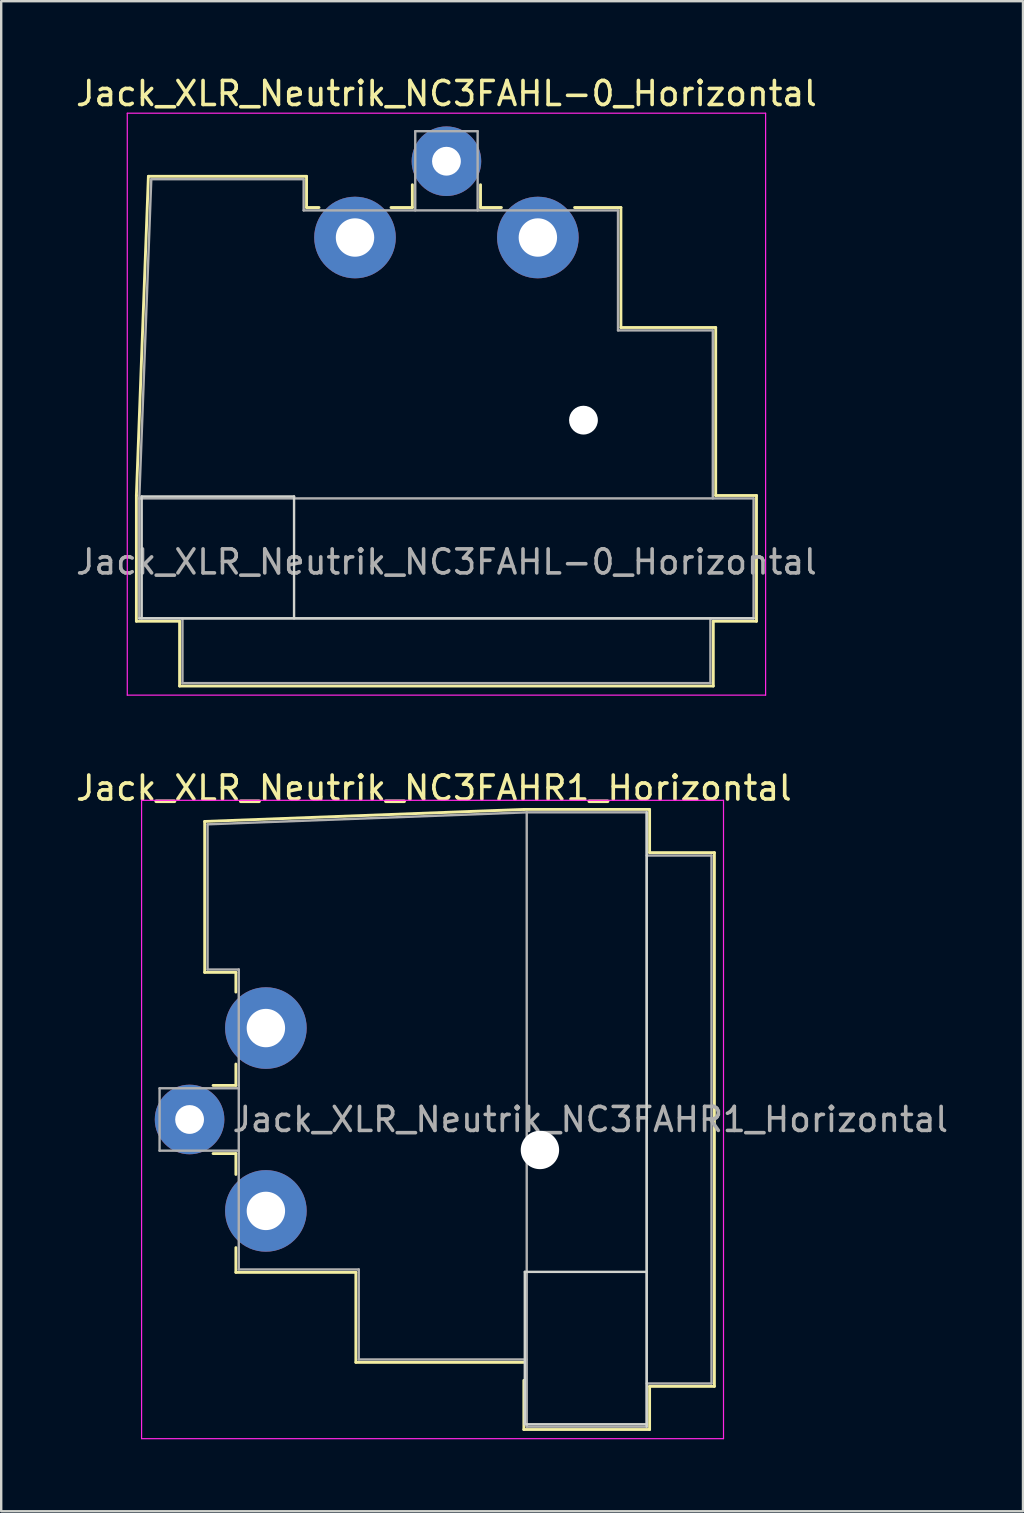
<source format=kicad_pcb>
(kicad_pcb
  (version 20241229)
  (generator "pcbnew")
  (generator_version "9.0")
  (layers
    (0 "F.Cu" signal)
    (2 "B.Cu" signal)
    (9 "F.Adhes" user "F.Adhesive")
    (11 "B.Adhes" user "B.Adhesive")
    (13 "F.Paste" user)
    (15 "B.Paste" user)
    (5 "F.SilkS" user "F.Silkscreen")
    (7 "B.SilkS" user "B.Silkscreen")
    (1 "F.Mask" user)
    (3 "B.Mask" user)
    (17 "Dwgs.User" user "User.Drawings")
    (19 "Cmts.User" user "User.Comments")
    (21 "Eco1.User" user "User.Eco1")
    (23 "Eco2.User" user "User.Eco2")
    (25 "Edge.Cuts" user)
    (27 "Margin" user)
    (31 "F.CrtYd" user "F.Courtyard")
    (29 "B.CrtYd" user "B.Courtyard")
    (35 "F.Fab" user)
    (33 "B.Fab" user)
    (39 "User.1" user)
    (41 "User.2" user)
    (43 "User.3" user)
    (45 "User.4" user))
  (footprint "Jack_XLR_Neutrik_NC3FAHR1_Horizontal"
    (layer "F.Cu")
    (at 8.03 39.791)
    (property "Reference" "Jack_XLR_Neutrik_NC3FAHR1_Horizontal" (at 7 -10 0) (layer "F.SilkS") (effects (font (size 1 1) (thickness 0.15))))
    (attr through_hole)
    (fp_line (start -2.55 -8.61) (end -2.55 -2.32) (stroke (width 0.12) (type solid)) (layer "F.SilkS"))
    (fp_line (start -2.55 -2.32) (end -1.25 -2.32) (stroke (width 0.12) (type solid)) (layer "F.SilkS"))
    (fp_line (start -1.25 -2.32) (end -1.25 -1.5) (stroke (width 0.12) (type solid)) (layer "F.SilkS"))
    (fp_line (start -1.25 1.5) (end -1.25 2.39) (stroke (width 0.12) (type solid)) (layer "F.SilkS"))
    (fp_line (start -1.25 2.39) (end -2.2 2.39) (stroke (width 0.12) (type solid)) (layer "F.SilkS"))
    (fp_line (start -1.25 5.23) (end -2.2 5.23) (stroke (width 0.12) (type solid)) (layer "F.SilkS"))
    (fp_line (start -1.25 5.23) (end -1.25 6.1) (stroke (width 0.12) (type solid)) (layer "F.SilkS"))
    (fp_line (start -1.25 9.15) (end -1.25 10.18) (stroke (width 0.12) (type solid)) (layer "F.SilkS"))
    (fp_line (start 3.75 10.18) (end -1.25 10.18) (stroke (width 0.12) (type solid)) (layer "F.SilkS"))
    (fp_line (start 3.75 10.18) (end 3.75 13.93) (stroke (width 0.12) (type solid)) (layer "F.SilkS"))
    (fp_line (start 10.75 -9.11) (end -2.55 -8.61) (stroke (width 0.12) (type solid)) (layer "F.SilkS"))
    (fp_line (start 10.75 13.93) (end 3.75 13.93) (stroke (width 0.12) (type solid)) (layer "F.SilkS"))
    (fp_line (start 10.75 16.73) (end 10.75 14.68) (stroke (width 0.12) (type solid)) (layer "F.SilkS"))
    (fp_line (start 15.99 -9.11) (end 10.75 -9.11) (stroke (width 0.12) (type solid)) (layer "F.SilkS"))
    (fp_line (start 15.99 -9.11) (end 15.99 -7.31) (stroke (width 0.12) (type solid)) (layer "F.SilkS"))
    (fp_line (start 15.99 -7.31) (end 18.69 -7.31) (stroke (width 0.12) (type solid)) (layer "F.SilkS"))
    (fp_line (start 15.99 14.93) (end 15.99 16.73) (stroke (width 0.12) (type solid)) (layer "F.SilkS"))
    (fp_line (start 15.99 14.93) (end 18.69 14.93) (stroke (width 0.12) (type solid)) (layer "F.SilkS"))
    (fp_line (start 15.99 16.73) (end 10.75 16.73) (stroke (width 0.12) (type solid)) (layer "F.SilkS"))
    (fp_line (start 18.69 -7.31) (end 18.69 14.93) (stroke (width 0.12) (type solid)) (layer "F.SilkS"))
    (fp_line (start 10.79 10.16) (end 10.79 16.51) (stroke (width 0.1) (type solid)) (layer "Edge.Cuts"))
    (fp_line (start 10.79 16.51) (end 15.87 16.51) (stroke (width 0.1) (type solid)) (layer "Edge.Cuts"))
    (fp_line (start 15.87 -8.99) (end 15.87 16.61) (stroke (width 0.1) (type solid)) (layer "Edge.Cuts"))
    (fp_line (start 15.87 10.16) (end 10.79 10.16) (stroke (width 0.1) (type solid)) (layer "Edge.Cuts"))
    (fp_line (start -5.18 -9.49) (end -5.18 17.11) (stroke (width 0.05) (type solid)) (layer "F.CrtYd"))
    (fp_line (start 19.07 -9.49) (end -5.18 -9.49) (stroke (width 0.05) (type solid)) (layer "F.CrtYd"))
    (fp_line (start 19.07 -9.49) (end 19.07 17.11) (stroke (width 0.05) (type solid)) (layer "F.CrtYd"))
    (fp_line (start 19.07 17.11) (end -5.18 17.11) (stroke (width 0.05) (type solid)) (layer "F.CrtYd"))
    (fp_line (start -4.43 2.51) (end -4.43 5.11) (stroke (width 0.1) (type solid)) (layer "F.Fab"))
    (fp_line (start -4.43 2.51) (end -1.13 2.51) (stroke (width 0.1) (type solid)) (layer "F.Fab"))
    (fp_line (start -4.43 5.11) (end -1.13 5.11) (stroke (width 0.1) (type solid)) (layer "F.Fab"))
    (fp_line (start -2.43 -8.49) (end -2.43 -2.44) (stroke (width 0.1) (type solid)) (layer "F.Fab"))
    (fp_line (start -2.43 -8.49) (end 10.87 -8.99) (stroke (width 0.1) (type solid)) (layer "F.Fab"))
    (fp_line (start -1.13 -2.44) (end -2.43 -2.44) (stroke (width 0.1) (type solid)) (layer "F.Fab"))
    (fp_line (start -1.13 -2.44) (end -1.13 10.06) (stroke (width 0.1) (type solid)) (layer "F.Fab"))
    (fp_line (start -1.13 10.06) (end 3.87 10.06) (stroke (width 0.1) (type solid)) (layer "F.Fab"))
    (fp_line (start 3.87 10.06) (end 3.87 13.81) (stroke (width 0.1) (type solid)) (layer "F.Fab"))
    (fp_line (start 3.87 13.81) (end 10.87 13.81) (stroke (width 0.1) (type solid)) (layer "F.Fab"))
    (fp_line (start 10.87 -8.99) (end 15.87 -8.99) (stroke (width 0.1) (type solid)) (layer "F.Fab"))
    (fp_line (start 10.87 16.61) (end 10.87 -8.99) (stroke (width 0.1) (type solid)) (layer "F.Fab"))
    (fp_line (start 15.87 -8.99) (end 15.87 16.61) (stroke (width 0.1) (type solid)) (layer "F.Fab"))
    (fp_line (start 15.87 -7.19) (end 18.57 -7.19) (stroke (width 0.1) (type solid)) (layer "F.Fab"))
    (fp_line (start 15.87 16.61) (end 10.87 16.61) (stroke (width 0.1) (type solid)) (layer "F.Fab"))
    (fp_line (start 18.57 -7.19) (end 18.57 14.81) (stroke (width 0.1) (type solid)) (layer "F.Fab"))
    (fp_line (start 18.57 14.81) (end 15.87 14.81) (stroke (width 0.1) (type solid)) (layer "F.Fab"))
    (fp_text user "${REFERENCE}" (at 13.52 3.81 0) (layer "F.Fab") (effects (font (size 1 1) (thickness 0.15))))
    (pad "" np_thru_hole circle (at 11.42 5.08) (size 1.6 1.6) (drill 1.6) (layers "*.Cu" "*.Mask"))
    (pad "1" thru_hole circle (at 0 0) (size 3.4 3.4) (drill 1.6) (layers "*.Cu" "*.Mask"))
    (pad "2" thru_hole circle (at -3.18 3.81) (size 2.9 2.9) (drill 1.2) (layers "*.Cu" "*.Mask"))
    (pad "3" thru_hole circle (at 0 7.62) (size 3.4 3.4) (drill 1.6) (layers "*.Cu" "*.Mask")))
  (footprint "Jack_XLR_Neutrik_NC3FAHL-0_Horizontal"
    (layer "F.Cu")
    (at 11.744 6.848)
    (property "Reference" "Jack_XLR_Neutrik_NC3FAHL-0_Horizontal" (at 3.81 -6 0) (layer "F.SilkS") (effects (font (size 1 1) (thickness 0.15))))
    (attr through_hole)
    (fp_line (start -9.11 10.75) (end -8.61 -2.55) (stroke (width 0.12) (type solid)) (layer "F.SilkS"))
    (fp_line (start -9.11 15.99) (end -9.11 10.75) (stroke (width 0.12) (type solid)) (layer "F.SilkS"))
    (fp_line (start -8.61 -2.55) (end -2.02 -2.55) (stroke (width 0.12) (type solid)) (layer "F.SilkS"))
    (fp_line (start -7.31 15.99) (end -9.11 15.99) (stroke (width 0.12) (type solid)) (layer "F.SilkS"))
    (fp_line (start -7.31 15.99) (end -7.31 18.69) (stroke (width 0.12) (type solid)) (layer "F.SilkS"))
    (fp_line (start -2.02 -2.55) (end -2.02 -1.25) (stroke (width 0.12) (type solid)) (layer "F.SilkS"))
    (fp_line (start -2.02 -1.25) (end -1.5 -1.25) (stroke (width 0.12) (type solid)) (layer "F.SilkS"))
    (fp_line (start 1.5 -1.25) (end 2.39 -1.25) (stroke (width 0.12) (type solid)) (layer "F.SilkS"))
    (fp_line (start 2.39 -1.25) (end 2.39 -2.2) (stroke (width 0.12) (type solid)) (layer "F.SilkS"))
    (fp_line (start 5.23 -1.25) (end 5.23 -2.2) (stroke (width 0.12) (type solid)) (layer "F.SilkS"))
    (fp_line (start 5.23 -1.25) (end 6.1 -1.25) (stroke (width 0.12) (type solid)) (layer "F.SilkS"))
    (fp_line (start 9.15 -1.25) (end 11.08 -1.25) (stroke (width 0.12) (type solid)) (layer "F.SilkS"))
    (fp_line (start 11.08 3.75) (end 11.08 -1.25) (stroke (width 0.12) (type solid)) (layer "F.SilkS"))
    (fp_line (start 11.08 3.75) (end 15.03 3.75) (stroke (width 0.12) (type solid)) (layer "F.SilkS"))
    (fp_line (start 14.93 15.99) (end 14.93 18.69) (stroke (width 0.12) (type solid)) (layer "F.SilkS"))
    (fp_line (start 14.93 18.69) (end -7.31 18.69) (stroke (width 0.12) (type solid)) (layer "F.SilkS"))
    (fp_line (start 15.03 10.75) (end 15.03 3.75) (stroke (width 0.12) (type solid)) (layer "F.SilkS"))
    (fp_line (start 15.03 10.75) (end 16.73 10.75) (stroke (width 0.12) (type solid)) (layer "F.SilkS"))
    (fp_line (start 16.73 15.99) (end 14.93 15.99) (stroke (width 0.12) (type solid)) (layer "F.SilkS"))
    (fp_line (start 16.73 15.99) (end 16.73 10.75) (stroke (width 0.12) (type solid)) (layer "F.SilkS"))
    (fp_line (start -8.89 10.79) (end -8.89 15.87) (stroke (width 0.1) (type solid)) (layer "Edge.Cuts"))
    (fp_line (start -2.54 10.79) (end -8.89 10.79) (stroke (width 0.1) (type solid)) (layer "Edge.Cuts"))
    (fp_line (start -2.54 15.87) (end -2.54 10.79) (stroke (width 0.1) (type solid)) (layer "Edge.Cuts"))
    (fp_line (start 16.61 15.87) (end -8.99 15.87) (stroke (width 0.1) (type solid)) (layer "Edge.Cuts"))
    (fp_line (start -9.49 19.07) (end -9.49 -5.18) (stroke (width 0.05) (type solid)) (layer "F.CrtYd"))
    (fp_line (start 17.11 -5.18) (end -9.49 -5.18) (stroke (width 0.05) (type solid)) (layer "F.CrtYd"))
    (fp_line (start 17.11 19.07) (end -9.49 19.07) (stroke (width 0.05) (type solid)) (layer "F.CrtYd"))
    (fp_line (start 17.11 19.07) (end 17.11 -5.18) (stroke (width 0.05) (type solid)) (layer "F.CrtYd"))
    (fp_line (start -8.99 10.87) (end 16.61 10.87) (stroke (width 0.1) (type solid)) (layer "F.Fab"))
    (fp_line (start -8.99 15.87) (end -8.99 10.87) (stroke (width 0.1) (type solid)) (layer "F.Fab"))
    (fp_line (start -8.49 -2.43) (end -8.99 10.87) (stroke (width 0.1) (type solid)) (layer "F.Fab"))
    (fp_line (start -8.49 -2.43) (end -2.14 -2.43) (stroke (width 0.1) (type solid)) (layer "F.Fab"))
    (fp_line (start -7.19 18.57) (end -7.19 15.87) (stroke (width 0.1) (type solid)) (layer "F.Fab"))
    (fp_line (start -2.14 -1.13) (end -2.14 -2.43) (stroke (width 0.1) (type solid)) (layer "F.Fab"))
    (fp_line (start -2.14 -1.13) (end 10.96 -1.13) (stroke (width 0.1) (type solid)) (layer "F.Fab"))
    (fp_line (start 2.51 -4.43) (end 2.51 -1.13) (stroke (width 0.1) (type solid)) (layer "F.Fab"))
    (fp_line (start 2.51 -4.43) (end 5.11 -4.43) (stroke (width 0.1) (type solid)) (layer "F.Fab"))
    (fp_line (start 5.11 -4.43) (end 5.11 -1.13) (stroke (width 0.1) (type solid)) (layer "F.Fab"))
    (fp_line (start 10.96 -1.13) (end 10.96 3.87) (stroke (width 0.1) (type solid)) (layer "F.Fab"))
    (fp_line (start 10.96 3.87) (end 14.91 3.87) (stroke (width 0.1) (type solid)) (layer "F.Fab"))
    (fp_line (start 14.81 15.87) (end 14.81 18.57) (stroke (width 0.1) (type solid)) (layer "F.Fab"))
    (fp_line (start 14.81 18.57) (end -7.19 18.57) (stroke (width 0.1) (type solid)) (layer "F.Fab"))
    (fp_line (start 14.91 3.87) (end 14.91 10.87) (stroke (width 0.1) (type solid)) (layer "F.Fab"))
    (fp_line (start 16.61 10.87) (end 16.61 15.87) (stroke (width 0.1) (type solid)) (layer "F.Fab"))
    (fp_line (start 16.61 15.87) (end -8.99 15.87) (stroke (width 0.1) (type solid)) (layer "F.Fab"))
    (fp_text user "${REFERENCE}" (at 3.81 13.52 0) (layer "F.Fab") (effects (font (size 1 1) (thickness 0.15))))
    (pad "" np_thru_hole circle (at 9.52 7.61) (size 1.2 1.2) (drill 1.2) (layers "*.Cu" "*.Mask"))
    (pad "1" thru_hole circle (at 0 0) (size 3.4 3.4) (drill 1.6) (layers "*.Cu" "*.Mask"))
    (pad "2" thru_hole circle (at 3.81 -3.18) (size 2.9 2.9) (drill 1.2) (layers "*.Cu" "*.Mask"))
    (pad "3" thru_hole circle (at 7.62 0) (size 3.4 3.4) (drill 1.6) (layers "*.Cu" "*.Mask")))
  (gr_rect
    (start -3 -3)
    (end 39.58 59.926)
    (stroke (width 0.1) (type default))
    (fill no)
    (layer "Edge.Cuts")))
</source>
